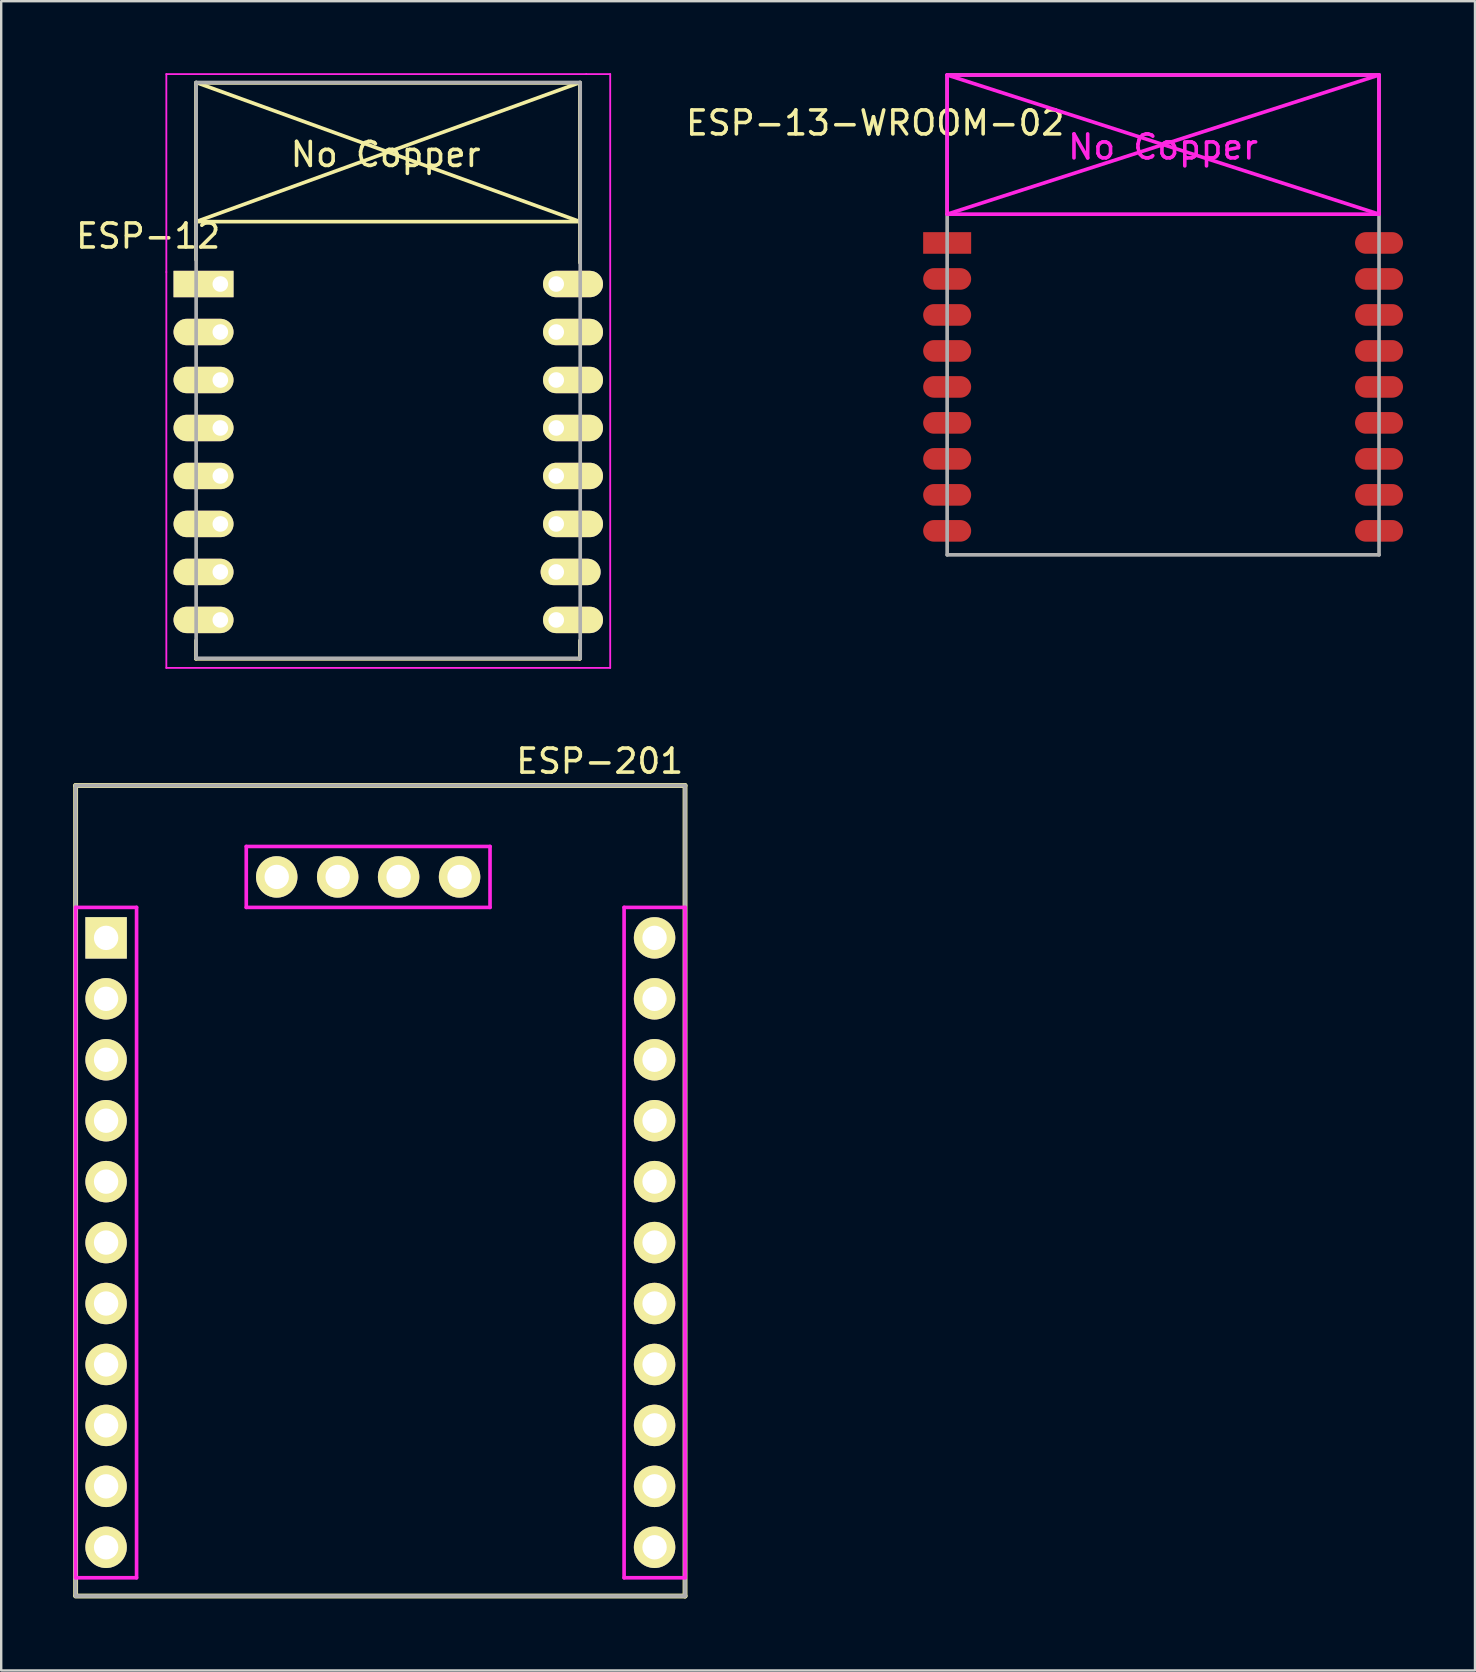
<source format=kicad_pcb>
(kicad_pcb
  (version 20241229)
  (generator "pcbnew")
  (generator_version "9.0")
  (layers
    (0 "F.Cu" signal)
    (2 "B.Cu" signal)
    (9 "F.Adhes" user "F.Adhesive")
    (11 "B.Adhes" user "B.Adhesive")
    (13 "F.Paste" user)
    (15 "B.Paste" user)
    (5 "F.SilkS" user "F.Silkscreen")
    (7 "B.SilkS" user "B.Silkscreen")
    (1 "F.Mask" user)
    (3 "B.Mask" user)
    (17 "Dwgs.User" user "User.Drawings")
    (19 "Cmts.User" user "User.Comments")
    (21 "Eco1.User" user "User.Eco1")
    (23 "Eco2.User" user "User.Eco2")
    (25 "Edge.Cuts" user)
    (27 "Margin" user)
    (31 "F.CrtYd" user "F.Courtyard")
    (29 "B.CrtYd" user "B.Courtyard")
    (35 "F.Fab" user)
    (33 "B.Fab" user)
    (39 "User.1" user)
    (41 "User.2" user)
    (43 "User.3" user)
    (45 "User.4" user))
  (footprint "ESP-13-WROOM-02"
    (layer "F.Cu")
    (at 36.427 7.076)
    (property "Reference" "ESP-13-WROOM-02" (at -3 -5 0) (layer "F.SilkS") (effects (font (size 1 1) (thickness 0.15))))
    (attr through_hole)
    (fp_line (start 0 -7) (end 0 -1.2) (stroke (width 0.152) (type solid)) (layer "F.CrtYd"))
    (fp_line (start 0 -7) (end 18 -1.2) (stroke (width 0.152) (type solid)) (layer "F.CrtYd"))
    (fp_line (start 0 -1.2) (end 18 -1.2) (stroke (width 0.152) (type solid)) (layer "F.CrtYd"))
    (fp_line (start 18 -7) (end 0 -7) (stroke (width 0.152) (type solid)) (layer "F.CrtYd"))
    (fp_line (start 18 -7) (end 0 -1.2) (stroke (width 0.152) (type solid)) (layer "F.CrtYd"))
    (fp_line (start 18 -1.2) (end 18 -7) (stroke (width 0.152) (type solid)) (layer "F.CrtYd"))
    (fp_line (start 0 -7) (end 18 -7) (stroke (width 0.152) (type solid)) (layer "F.Fab"))
    (fp_line (start 0 13) (end 0 -7) (stroke (width 0.152) (type solid)) (layer "F.Fab"))
    (fp_line (start 0 13) (end 18 13) (stroke (width 0.152) (type solid)) (layer "F.Fab"))
    (fp_line (start 18 -7) (end 18 13) (stroke (width 0.152) (type solid)) (layer "F.Fab"))
    (fp_text user "No Copper" (at 9 -4 0) (layer "F.CrtYd") (effects (font (size 1 1) (thickness 0.15))))
    (pad "1" smd rect (at 0 0) (size 2 0.9) (layers "F.Cu" "F.Mask" "F.Paste"))
    (pad "2" smd oval (at 0 1.5) (size 2 0.9) (layers "F.Cu" "F.Mask" "F.Paste"))
    (pad "3" smd oval (at 0 3) (size 2 0.9) (layers "F.Cu" "F.Mask" "F.Paste"))
    (pad "4" smd oval (at 0 4.5) (size 2 0.9) (layers "F.Cu" "F.Mask" "F.Paste"))
    (pad "5" smd oval (at 0 6) (size 2 0.9) (layers "F.Cu" "F.Mask" "F.Paste"))
    (pad "6" smd oval (at 0 7.5) (size 2 0.9) (layers "F.Cu" "F.Mask" "F.Paste"))
    (pad "7" smd oval (at 0 9) (size 2 0.9) (layers "F.Cu" "F.Mask" "F.Paste"))
    (pad "8" smd oval (at 0 10.5) (size 2 0.9) (layers "F.Cu" "F.Mask" "F.Paste"))
    (pad "9" smd oval (at 0 12) (size 2 0.9) (layers "F.Cu" "F.Mask" "F.Paste"))
    (pad "10" smd oval (at 18 12) (size 2 0.9) (layers "F.Cu" "F.Mask" "F.Paste"))
    (pad "11" smd oval (at 18 10.5) (size 2 0.9) (layers "F.Cu" "F.Mask" "F.Paste"))
    (pad "12" smd oval (at 18 9) (size 2 0.9) (layers "F.Cu" "F.Mask" "F.Paste"))
    (pad "13" smd oval (at 18 7.5) (size 2 0.9) (layers "F.Cu" "F.Mask" "F.Paste"))
    (pad "14" smd oval (at 18 6) (size 2 0.9) (layers "F.Cu" "F.Mask" "F.Paste"))
    (pad "15" smd oval (at 18 4.5) (size 2 0.9) (layers "F.Cu" "F.Mask" "F.Paste"))
    (pad "16" smd oval (at 18 3) (size 2 0.9) (layers "F.Cu" "F.Mask" "F.Paste"))
    (pad "17" smd oval (at 18 1.5) (size 2 0.9) (layers "F.Cu" "F.Mask" "F.Paste"))
    (pad "18" smd oval (at 18 0) (size 2 0.9) (layers "F.Cu" "F.Mask" "F.Paste")))
  (footprint "ESP-201"
    (layer "F.Cu")
    (at 1.372 36.04)
    (property "Reference" "ESP-201" (at 20.574 -7.366 0) (layer "F.SilkS") (effects (font (size 1 1) (thickness 0.15))))
    (attr through_hole)
    (fp_line (start -1.27 -6.35) (end -1.27 27.407) (stroke (width 0.203) (type solid)) (layer "F.SilkS"))
    (fp_line (start -1.27 27.432) (end 24.13 27.432) (stroke (width 0.203) (type solid)) (layer "F.SilkS"))
    (fp_line (start 24.13 -6.35) (end -1.27 -6.35) (stroke (width 0.203) (type solid)) (layer "F.SilkS"))
    (fp_line (start 24.13 27.432) (end 24.13 -6.35) (stroke (width 0.203) (type solid)) (layer "F.SilkS"))
    (fp_line (start -1.27 -1.27) (end -1.27 26.67) (stroke (width 0.152) (type solid)) (layer "F.CrtYd"))
    (fp_line (start -1.27 26.67) (end 1.27 26.67) (stroke (width 0.152) (type solid)) (layer "F.CrtYd"))
    (fp_line (start 1.27 -1.27) (end -1.27 -1.27) (stroke (width 0.152) (type solid)) (layer "F.CrtYd"))
    (fp_line (start 1.27 26.67) (end 1.27 -1.27) (stroke (width 0.152) (type solid)) (layer "F.CrtYd"))
    (fp_line (start 5.842 -3.81) (end 16.002 -3.81) (stroke (width 0.152) (type solid)) (layer "F.CrtYd"))
    (fp_line (start 5.842 -1.27) (end 5.842 -3.81) (stroke (width 0.152) (type solid)) (layer "F.CrtYd"))
    (fp_line (start 16.002 -3.81) (end 16.002 -1.27) (stroke (width 0.152) (type solid)) (layer "F.CrtYd"))
    (fp_line (start 16.002 -1.27) (end 5.842 -1.27) (stroke (width 0.152) (type solid)) (layer "F.CrtYd"))
    (fp_line (start 21.59 -1.27) (end 24.13 -1.27) (stroke (width 0.152) (type solid)) (layer "F.CrtYd"))
    (fp_line (start 21.59 26.67) (end 21.59 -1.27) (stroke (width 0.152) (type solid)) (layer "F.CrtYd"))
    (fp_line (start 24.13 -1.27) (end 24.13 26.67) (stroke (width 0.152) (type solid)) (layer "F.CrtYd"))
    (fp_line (start 24.13 26.67) (end 21.59 26.67) (stroke (width 0.152) (type solid)) (layer "F.CrtYd"))
    (fp_line (start -1.27 -6.35) (end 24.13 -6.35) (stroke (width 0.152) (type solid)) (layer "F.Fab"))
    (fp_line (start -1.27 27.432) (end -1.27 -6.35) (stroke (width 0.152) (type solid)) (layer "F.Fab"))
    (fp_line (start 24.13 -6.35) (end 24.13 27.432) (stroke (width 0.152) (type solid)) (layer "F.Fab"))
    (fp_line (start 24.13 27.432) (end -1.27 27.432) (stroke (width 0.152) (type solid)) (layer "F.Fab"))
    (pad "1" thru_hole rect (at 0 0 90) (size 1.727 1.727) (drill 1.016) (layers "*.Cu" "*.Mask" "F.SilkS"))
    (pad "2" thru_hole circle (at 0 2.54 90) (size 1.727 1.727) (drill 1.016) (layers "*.Cu" "*.Mask" "F.SilkS"))
    (pad "3" thru_hole circle (at 0 5.08 90) (size 1.727 1.727) (drill 1.016) (layers "*.Cu" "*.Mask" "F.SilkS"))
    (pad "4" thru_hole circle (at 0 7.62 90) (size 1.727 1.727) (drill 1.016) (layers "*.Cu" "*.Mask" "F.SilkS"))
    (pad "5" thru_hole circle (at 0 10.16 90) (size 1.727 1.727) (drill 1.016) (layers "*.Cu" "*.Mask" "F.SilkS"))
    (pad "6" thru_hole circle (at 0 12.7 90) (size 1.727 1.727) (drill 1.016) (layers "*.Cu" "*.Mask" "F.SilkS"))
    (pad "7" thru_hole circle (at 0 15.24 90) (size 1.727 1.727) (drill 1.016) (layers "*.Cu" "*.Mask" "F.SilkS"))
    (pad "8" thru_hole circle (at 0 17.78 90) (size 1.727 1.727) (drill 1.016) (layers "*.Cu" "*.Mask" "F.SilkS"))
    (pad "9" thru_hole circle (at 0 20.32 90) (size 1.727 1.727) (drill 1.016) (layers "*.Cu" "*.Mask" "F.SilkS"))
    (pad "10" thru_hole circle (at 0 22.86 90) (size 1.727 1.727) (drill 1.016) (layers "*.Cu" "*.Mask" "F.SilkS"))
    (pad "11" thru_hole circle (at 0 25.4 90) (size 1.727 1.727) (drill 1.016) (layers "*.Cu" "*.Mask" "F.SilkS"))
    (pad "12" thru_hole circle (at 22.86 25.4 90) (size 1.727 1.727) (drill 1.016) (layers "*.Cu" "*.Mask" "F.SilkS"))
    (pad "13" thru_hole circle (at 22.86 22.86 90) (size 1.727 1.727) (drill 1.016) (layers "*.Cu" "*.Mask" "F.SilkS"))
    (pad "14" thru_hole circle (at 22.86 20.32 90) (size 1.727 1.727) (drill 1.016) (layers "*.Cu" "*.Mask" "F.SilkS"))
    (pad "15" thru_hole circle (at 22.86 17.78 90) (size 1.727 1.727) (drill 1.016) (layers "*.Cu" "*.Mask" "F.SilkS"))
    (pad "16" thru_hole circle (at 22.86 15.24 90) (size 1.727 1.727) (drill 1.016) (layers "*.Cu" "*.Mask" "F.SilkS"))
    (pad "17" thru_hole circle (at 22.86 12.7 90) (size 1.727 1.727) (drill 1.016) (layers "*.Cu" "*.Mask" "F.SilkS"))
    (pad "18" thru_hole circle (at 22.86 10.16 90) (size 1.727 1.727) (drill 1.016) (layers "*.Cu" "*.Mask" "F.SilkS"))
    (pad "19" thru_hole circle (at 22.86 7.62 90) (size 1.727 1.727) (drill 1.016) (layers "*.Cu" "*.Mask" "F.SilkS"))
    (pad "20" thru_hole circle (at 22.86 5.08 90) (size 1.727 1.727) (drill 1.016) (layers "*.Cu" "*.Mask" "F.SilkS"))
    (pad "21" thru_hole circle (at 22.86 2.54 90) (size 1.727 1.727) (drill 1.016) (layers "*.Cu" "*.Mask" "F.SilkS"))
    (pad "22" thru_hole circle (at 22.86 0 90) (size 1.727 1.727) (drill 1.016) (layers "*.Cu" "*.Mask" "F.SilkS"))
    (pad "23" thru_hole circle (at 14.732 -2.54 90) (size 1.727 1.727) (drill 1.016) (layers "*.Cu" "*.Mask" "F.SilkS"))
    (pad "24" thru_hole circle (at 12.192 -2.54 90) (size 1.727 1.727) (drill 1.016) (layers "*.Cu" "*.Mask" "F.SilkS"))
    (pad "25" thru_hole circle (at 9.652 -2.54 90) (size 1.727 1.727) (drill 1.016) (layers "*.Cu" "*.Mask" "F.SilkS"))
    (pad "26" thru_hole circle (at 7.112 -2.54 90) (size 1.727 1.727) (drill 1.016) (layers "*.Cu" "*.Mask" "F.SilkS")))
  (footprint "ESP-12"
    (layer "F.Cu")
    (at 6.133 8.788)
    (property "Reference" "ESP-12" (at -3.008 -2 0) (layer "F.SilkS") (effects (font (size 1 1) (thickness 0.15))))
    (attr through_hole)
    (fp_line (start -1.016 -8.382) (end -1.016 -1.016) (stroke (width 0.152) (type solid)) (layer "F.SilkS"))
    (fp_line (start -1.016 -8.382) (end 14.986 -8.382) (stroke (width 0.152) (type solid)) (layer "F.SilkS"))
    (fp_line (start -1.016 14.859) (end -1.016 15.621) (stroke (width 0.152) (type solid)) (layer "F.SilkS"))
    (fp_line (start -1.016 15.621) (end 14.986 15.621) (stroke (width 0.152) (type solid)) (layer "F.SilkS"))
    (fp_line (start -1.008 -8.4) (end 14.992 -2.6) (stroke (width 0.152) (type solid)) (layer "F.SilkS"))
    (fp_line (start -1.008 -2.6) (end 14.992 -2.6) (stroke (width 0.152) (type solid)) (layer "F.SilkS"))
    (fp_line (start 14.986 -8.382) (end 14.986 -0.889) (stroke (width 0.152) (type solid)) (layer "F.SilkS"))
    (fp_line (start 14.986 15.621) (end 14.986 14.859) (stroke (width 0.152) (type solid)) (layer "F.SilkS"))
    (fp_line (start 14.992 -8.4) (end -1.008 -2.6) (stroke (width 0.152) (type solid)) (layer "F.SilkS"))
    (fp_line (start -2.25 -8.75) (end 15.25 -8.75) (stroke (width 0.076) (type solid)) (layer "F.CrtYd"))
    (fp_line (start -2.25 -0.5) (end -2.25 -8.75) (stroke (width 0.076) (type solid)) (layer "F.CrtYd"))
    (fp_line (start -2.25 16) (end -2.25 -0.5) (stroke (width 0.076) (type solid)) (layer "F.CrtYd"))
    (fp_line (start 15.25 -8.75) (end 16.25 -8.75) (stroke (width 0.076) (type solid)) (layer "F.CrtYd"))
    (fp_line (start 16.25 -8.75) (end 16.25 16) (stroke (width 0.076) (type solid)) (layer "F.CrtYd"))
    (fp_line (start 16.25 16) (end -2.25 16) (stroke (width 0.076) (type solid)) (layer "F.CrtYd"))
    (fp_line (start -1.008 -8.4) (end 14.992 -8.4) (stroke (width 0.152) (type solid)) (layer "F.Fab"))
    (fp_line (start -1.008 15.6) (end -1.008 -8.4) (stroke (width 0.152) (type solid)) (layer "F.Fab"))
    (fp_line (start 14.992 15.6) (end -1.008 15.6) (stroke (width 0.152) (type solid)) (layer "F.Fab"))
    (fp_line (start 15 -8.4) (end 15 15.6) (stroke (width 0.152) (type solid)) (layer "F.Fab"))
    (fp_text user "No Copper" (at 6.892 -5.4 0) (layer "F.SilkS") (effects (font (size 1 1) (thickness 0.15))))
    (pad "1" thru_hole rect (at 0 0) (size 2.5 1.1) (drill 0.65 (offset -0.7 0)) (layers "*.Cu" "*.Mask" "F.SilkS"))
    (pad "2" thru_hole oval (at 0 2) (size 2.5 1.1) (drill 0.65 (offset -0.7 0)) (layers "*.Cu" "*.Mask" "F.SilkS"))
    (pad "3" thru_hole oval (at 0 4) (size 2.5 1.1) (drill 0.65 (offset -0.7 0)) (layers "*.Cu" "*.Mask" "F.SilkS"))
    (pad "4" thru_hole oval (at 0 6) (size 2.5 1.1) (drill 0.65 (offset -0.7 0)) (layers "*.Cu" "*.Mask" "F.SilkS"))
    (pad "5" thru_hole oval (at 0 8) (size 2.5 1.1) (drill 0.65 (offset -0.7 0)) (layers "*.Cu" "*.Mask" "F.SilkS"))
    (pad "6" thru_hole oval (at 0 10) (size 2.5 1.1) (drill 0.65 (offset -0.7 0)) (layers "*.Cu" "*.Mask" "F.SilkS"))
    (pad "7" thru_hole oval (at 0 12) (size 2.5 1.1) (drill 0.65 (offset -0.7 0)) (layers "*.Cu" "*.Mask" "F.SilkS"))
    (pad "8" thru_hole oval (at 0 14) (size 2.5 1.1) (drill 0.65 (offset -0.7 0)) (layers "*.Cu" "*.Mask" "F.SilkS"))
    (pad "9" thru_hole oval (at 14 14) (size 2.5 1.1) (drill 0.65 (offset 0.7 0)) (layers "*.Cu" "*.Mask" "F.SilkS"))
    (pad "10" thru_hole oval (at 14 12) (size 2.5 1.1) (drill 0.65 (offset 0.6 0)) (layers "*.Cu" "*.Mask" "F.SilkS"))
    (pad "11" thru_hole oval (at 14 10) (size 2.5 1.1) (drill 0.65 (offset 0.7 0)) (layers "*.Cu" "*.Mask" "F.SilkS"))
    (pad "12" thru_hole oval (at 14 8) (size 2.5 1.1) (drill 0.65 (offset 0.7 0)) (layers "*.Cu" "*.Mask" "F.SilkS"))
    (pad "13" thru_hole oval (at 14 6) (size 2.5 1.1) (drill 0.65 (offset 0.7 0)) (layers "*.Cu" "*.Mask" "F.SilkS"))
    (pad "14" thru_hole oval (at 14 4) (size 2.5 1.1) (drill 0.65 (offset 0.7 0)) (layers "*.Cu" "*.Mask" "F.SilkS"))
    (pad "15" thru_hole oval (at 14 2) (size 2.5 1.1) (drill 0.65 (offset 0.7 0)) (layers "*.Cu" "*.Mask" "F.SilkS"))
    (pad "16" thru_hole oval (at 14 0) (size 2.5 1.1) (drill 0.65 (offset 0.7 0)) (layers "*.Cu" "*.Mask" "F.SilkS")))
  (gr_rect
    (start -3 -3)
    (end 58.427 66.574)
    (stroke (width 0.1) (type default))
    (fill no)
    (layer "Edge.Cuts")))
</source>
